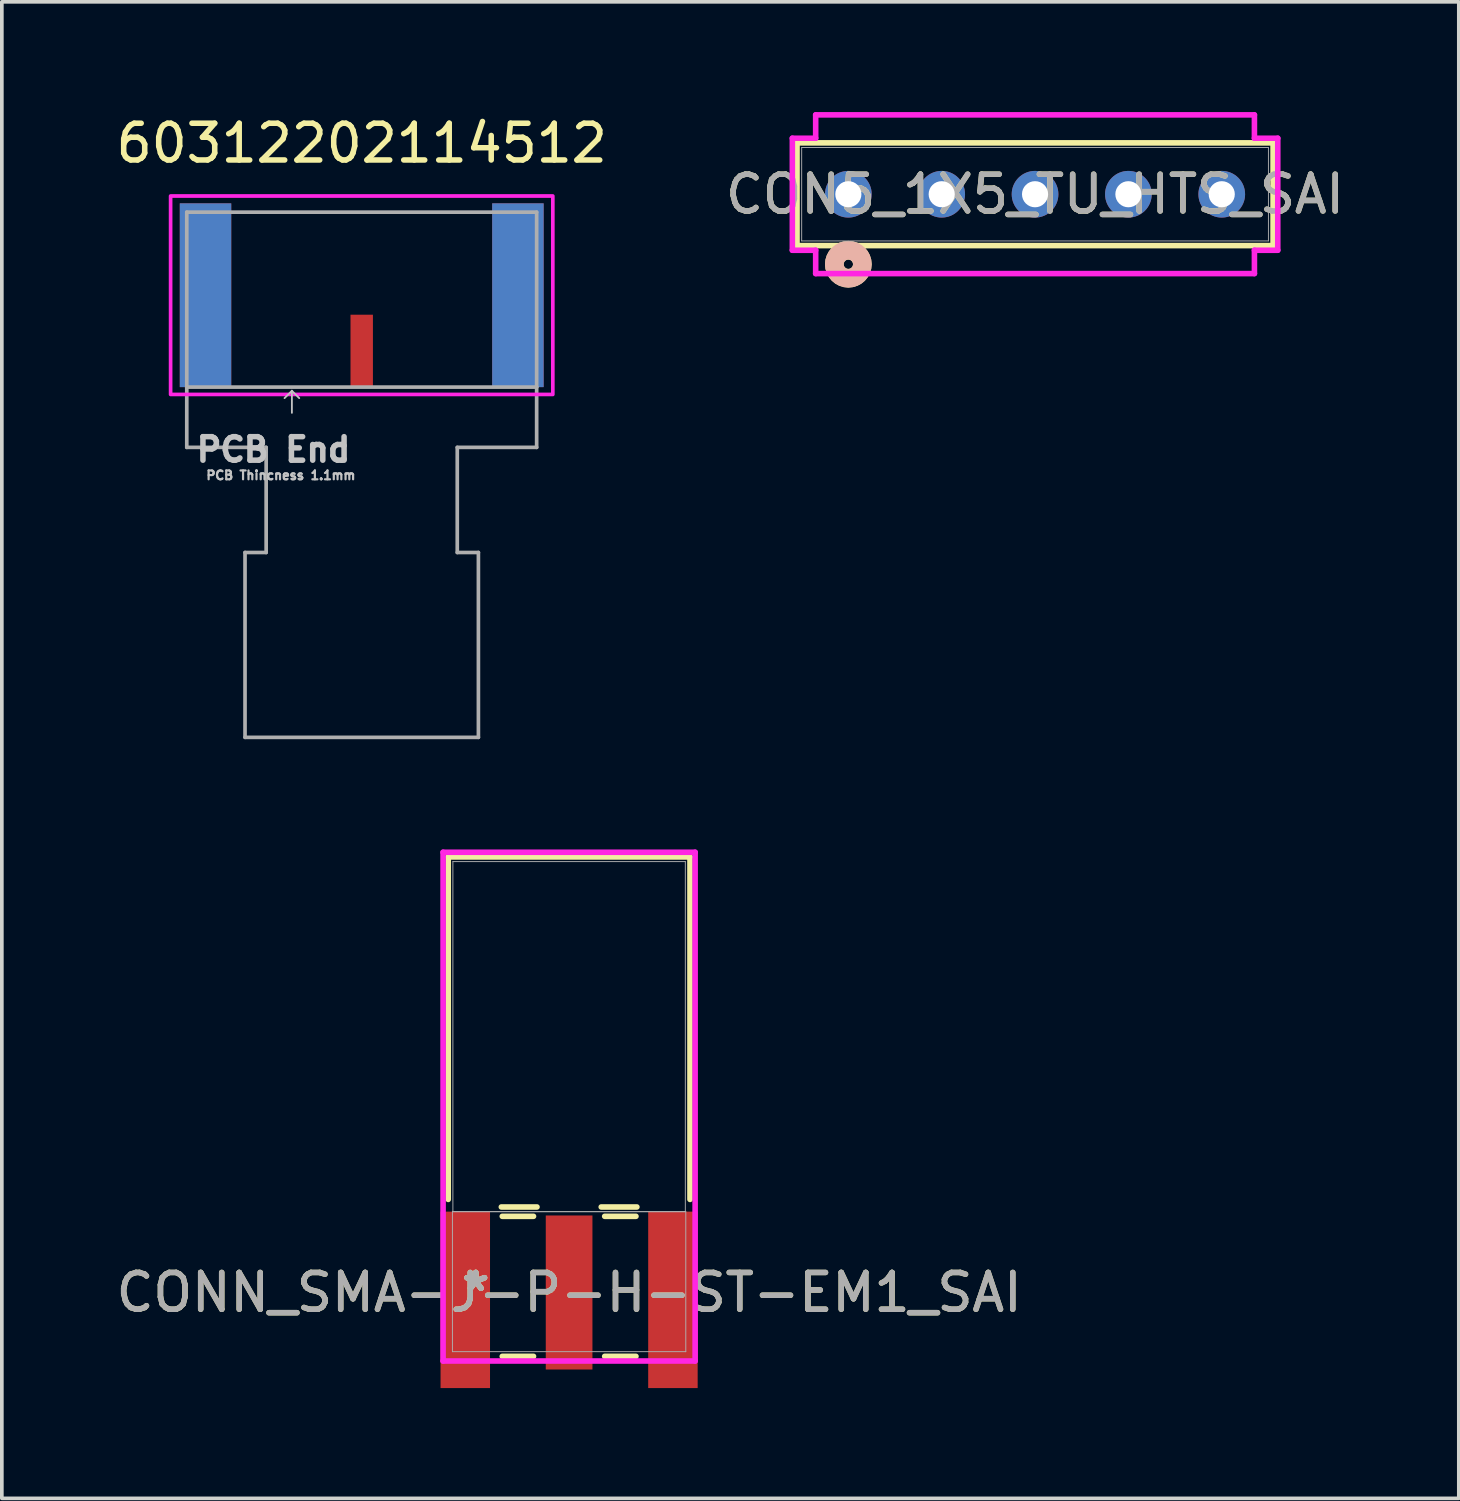
<source format=kicad_pcb>
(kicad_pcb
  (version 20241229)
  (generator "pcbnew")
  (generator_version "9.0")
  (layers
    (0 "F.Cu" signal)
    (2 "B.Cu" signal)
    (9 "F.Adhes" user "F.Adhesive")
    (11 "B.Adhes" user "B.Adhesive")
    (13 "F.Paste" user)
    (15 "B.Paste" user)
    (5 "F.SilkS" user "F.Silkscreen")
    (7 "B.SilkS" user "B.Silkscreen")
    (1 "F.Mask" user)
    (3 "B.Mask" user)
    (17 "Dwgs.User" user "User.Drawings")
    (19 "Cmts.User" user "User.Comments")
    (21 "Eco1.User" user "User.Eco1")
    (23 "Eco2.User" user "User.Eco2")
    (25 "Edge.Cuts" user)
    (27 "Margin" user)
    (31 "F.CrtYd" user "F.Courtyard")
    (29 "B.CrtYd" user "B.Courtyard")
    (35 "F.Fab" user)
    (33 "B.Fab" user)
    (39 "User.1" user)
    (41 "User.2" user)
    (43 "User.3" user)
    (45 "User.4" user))
  (footprint "CONN_SMA-J-P-H-ST-EM1_SAI"
    (layer "F.Cu")
    (at 12.435 31.823)
    (property "Reference" "CONN_SMA-J-P-H-ST-EM1_SAI" (at 0 0.295 0) (unlocked yes) (layer "F.SilkS") (effects (font (size 1 1) (thickness 0.15))))
    (attr smd)
    (fp_line (start -3.289 -11.557) (end -3.289 -2.238) (stroke (width 0.152) (type solid)) (layer "F.SilkS"))
    (fp_line (start -1.819 -1.778) (end -0.968 -1.778) (stroke (width 0.152) (type solid)) (layer "F.SilkS"))
    (fp_line (start -1.819 2.032) (end -0.968 2.032) (stroke (width 0.152) (type solid)) (layer "F.SilkS"))
    (fp_line (start -0.874 -2.032) (end -1.844 -2.032) (stroke (width 0.152) (type solid)) (layer "F.SilkS"))
    (fp_line (start 0.968 -1.778) (end 1.819 -1.778) (stroke (width 0.152) (type solid)) (layer "F.SilkS"))
    (fp_line (start 0.968 2.032) (end 1.819 2.032) (stroke (width 0.152) (type solid)) (layer "F.SilkS"))
    (fp_line (start 1.844 -2.032) (end 0.874 -2.032) (stroke (width 0.152) (type solid)) (layer "F.SilkS"))
    (fp_line (start 3.289 -11.557) (end -3.289 -11.557) (stroke (width 0.152) (type solid)) (layer "F.SilkS"))
    (fp_line (start 3.289 -2.238) (end 3.289 -11.557) (stroke (width 0.152) (type solid)) (layer "F.SilkS"))
    (fp_line (start -3.429 -11.684) (end -3.429 2.159) (stroke (width 0.152) (type solid)) (layer "F.CrtYd"))
    (fp_line (start -3.429 2.159) (end 3.429 2.159) (stroke (width 0.152) (type solid)) (layer "F.CrtYd"))
    (fp_line (start 3.429 -11.684) (end -3.429 -11.684) (stroke (width 0.152) (type solid)) (layer "F.CrtYd"))
    (fp_line (start 3.429 2.159) (end 3.429 -11.684) (stroke (width 0.152) (type solid)) (layer "F.CrtYd"))
    (fp_line (start -3.175 -1.905) (end -3.175 1.905) (stroke (width 0.025) (type solid)) (layer "F.Fab"))
    (fp_line (start -3.175 1.905) (end 3.175 1.905) (stroke (width 0.025) (type solid)) (layer "F.Fab"))
    (fp_line (start -3.162 -11.43) (end -3.162 -1.905) (stroke (width 0.025) (type solid)) (layer "F.Fab"))
    (fp_line (start -3.162 -1.905) (end 3.162 -1.905) (stroke (width 0.025) (type solid)) (layer "F.Fab"))
    (fp_line (start 3.162 -11.43) (end -3.162 -11.43) (stroke (width 0.025) (type solid)) (layer "F.Fab"))
    (fp_line (start 3.162 -1.905) (end 3.162 -11.43) (stroke (width 0.025) (type solid)) (layer "F.Fab"))
    (fp_line (start 3.175 -1.905) (end -3.175 -1.905) (stroke (width 0.025) (type solid)) (layer "F.Fab"))
    (fp_line (start 3.175 1.905) (end 3.175 -1.905) (stroke (width 0.025) (type solid)) (layer "F.Fab"))
    (fp_text user "*" (at -2.54 0.295 0) (layer "F.SilkS") (effects (font (size 1 1) (thickness 0.15))))
    (fp_text user "*" (at -2.54 0.295 0) (unlocked yes) (layer "F.SilkS") (effects (font (size 1 1) (thickness 0.15))))
    (fp_text user "*" (at -2.54 0.295 0) (unlocked yes) (layer "F.Fab") (effects (font (size 1 1) (thickness 0.15))))
    (fp_text user "*" (at -2.54 0.295 0) (layer "F.Fab") (effects (font (size 1 1) (thickness 0.15))))
    (fp_text user "${REFERENCE}" (at 0 0.295 0) (unlocked yes) (layer "F.Fab") (effects (font (size 1 1) (thickness 0.15))))
    (pad "1" smd rect (at 0 0.295) (size 1.27 4.191) (layers "F.Cu" "F.Mask" "F.Paste"))
    (pad "2" smd rect (at -2.825 0.495) (size 1.346 4.801) (layers "F.Cu" "F.Mask" "F.Paste"))
    (pad "3" smd rect (at 2.825 0.495) (size 1.346 4.801) (layers "F.Cu" "F.Mask" "F.Paste")))
  (footprint "CON5_1X5_TU_HTS_SAI"
    (layer "F.Cu")
    (at 25.113 2.235)
    (property "Reference" "CON5_1X5_TU_HTS_SAI" (at 0 0 0) (unlocked yes) (layer "F.SilkS") (effects (font (size 1 1) (thickness 0.15))))
    (attr through_hole)
    (fp_line (start -6.477 -1.397) (end -6.477 1.397) (stroke (width 0.152) (type solid)) (layer "F.SilkS"))
    (fp_line (start -6.477 1.397) (end 6.477 1.397) (stroke (width 0.152) (type solid)) (layer "F.SilkS"))
    (fp_line (start 6.477 -1.397) (end -6.477 -1.397) (stroke (width 0.152) (type solid)) (layer "F.SilkS"))
    (fp_line (start 6.477 1.397) (end 6.477 -1.397) (stroke (width 0.152) (type solid)) (layer "F.SilkS"))
    (fp_circle (center -5.08 1.905) (end -4.699 1.905) (stroke (width 0.508) (type solid)) (fill no) (layer "F.SilkS"))
    (fp_circle (center -5.08 1.905) (end -4.699 1.905) (stroke (width 0.508) (type solid)) (fill no) (layer "B.SilkS"))
    (fp_line (start -6.604 -1.524) (end -6.604 1.524) (stroke (width 0.152) (type solid)) (layer "F.CrtYd"))
    (fp_line (start -6.604 1.524) (end -5.969 1.524) (stroke (width 0.152) (type solid)) (layer "F.CrtYd"))
    (fp_line (start -5.969 -2.159) (end -5.969 -1.524) (stroke (width 0.152) (type solid)) (layer "F.CrtYd"))
    (fp_line (start -5.969 -1.524) (end -6.604 -1.524) (stroke (width 0.152) (type solid)) (layer "F.CrtYd"))
    (fp_line (start -5.969 1.524) (end -5.969 2.159) (stroke (width 0.152) (type solid)) (layer "F.CrtYd"))
    (fp_line (start -5.969 2.159) (end 5.969 2.159) (stroke (width 0.152) (type solid)) (layer "F.CrtYd"))
    (fp_line (start 5.969 -2.159) (end -5.969 -2.159) (stroke (width 0.152) (type solid)) (layer "F.CrtYd"))
    (fp_line (start 5.969 -1.524) (end 5.969 -2.159) (stroke (width 0.152) (type solid)) (layer "F.CrtYd"))
    (fp_line (start 5.969 1.524) (end 6.604 1.524) (stroke (width 0.152) (type solid)) (layer "F.CrtYd"))
    (fp_line (start 5.969 2.159) (end 5.969 1.524) (stroke (width 0.152) (type solid)) (layer "F.CrtYd"))
    (fp_line (start 6.604 -1.524) (end 5.969 -1.524) (stroke (width 0.152) (type solid)) (layer "F.CrtYd"))
    (fp_line (start 6.604 1.524) (end 6.604 -1.524) (stroke (width 0.152) (type solid)) (layer "F.CrtYd"))
    (fp_line (start -6.35 -1.27) (end -6.35 1.27) (stroke (width 0.025) (type solid)) (layer "F.Fab"))
    (fp_line (start -6.35 1.27) (end 6.35 1.27) (stroke (width 0.025) (type solid)) (layer "F.Fab"))
    (fp_line (start 6.35 -1.27) (end -6.35 -1.27) (stroke (width 0.025) (type solid)) (layer "F.Fab"))
    (fp_line (start 6.35 1.27) (end 6.35 -1.27) (stroke (width 0.025) (type solid)) (layer "F.Fab"))
    (fp_circle (center -5.08 0) (end -4.826 0) (stroke (width 0.025) (type solid)) (fill no) (layer "F.Fab"))
    (fp_text user "${REFERENCE}" (at 0 0 0) (unlocked yes) (layer "F.Fab") (effects (font (size 1 1) (thickness 0.15))))
    (pad "1" thru_hole circle (at -5.08 0 90) (size 1.27 1.27) (drill 0.711) (layers "*.Cu" "*.Mask"))
    (pad "2" thru_hole circle (at -2.54 0 90) (size 1.27 1.27) (drill 0.711) (layers "*.Cu" "*.Mask"))
    (pad "3" thru_hole circle (at 0 0 90) (size 1.27 1.27) (drill 0.711) (layers "*.Cu" "*.Mask"))
    (pad "4" thru_hole circle (at 2.54 0 90) (size 1.27 1.27) (drill 0.711) (layers "*.Cu" "*.Mask"))
    (pad "5" thru_hole circle (at 5.08 0 90) (size 1.27 1.27) (drill 0.711) (layers "*.Cu" "*.Mask")))
  (footprint "60312202114512"
    (layer "F.Cu")
    (at 6.792 7.483)
    (property "Reference" "60312202114512" (at 0 -6.635 0) (layer "F.SilkS") (effects (font (size 1 1) (thickness 0.15))))
    (attr smd)
    (fp_line (start -1.9 0.1) (end -2.1 0.3) (stroke (width 0.05) (type solid)) (layer "Dwgs.User"))
    (fp_line (start -1.9 0.1) (end -1.9 0.7) (stroke (width 0.05) (type solid)) (layer "Dwgs.User"))
    (fp_line (start -1.9 0.1) (end -1.7 0.3) (stroke (width 0.05) (type solid)) (layer "Dwgs.User"))
    (fp_poly (pts (xy -5.2 -5.2) (xy 5.2 -5.2) (xy 5.2 0.2) (xy -5.2 0.2)) (stroke (width 0.1) (type solid)) (fill no) (layer "F.CrtYd"))
    (fp_line (start -4.76 -4.76) (end 4.76 -4.76) (stroke (width 0.1) (type solid)) (layer "F.Fab"))
    (fp_line (start -4.76 0) (end -4.76 -4.76) (stroke (width 0.1) (type solid)) (layer "F.Fab"))
    (fp_line (start -4.76 0) (end 4.76 0) (stroke (width 0.1) (type solid)) (layer "F.Fab"))
    (fp_line (start -4.76 1.64) (end -4.76 0) (stroke (width 0.1) (type solid)) (layer "F.Fab"))
    (fp_line (start -4.76 1.64) (end -2.6 1.64) (stroke (width 0.1) (type solid)) (layer "F.Fab"))
    (fp_line (start -3.175 4.5) (end -3.175 9.53) (stroke (width 0.1) (type solid)) (layer "F.Fab"))
    (fp_line (start -2.6 1.64) (end -2.6 4.5) (stroke (width 0.1) (type solid)) (layer "F.Fab"))
    (fp_line (start -2.6 4.5) (end -3.175 4.5) (stroke (width 0.1) (type solid)) (layer "F.Fab"))
    (fp_line (start 2.6 1.64) (end 2.6 4.5) (stroke (width 0.1) (type solid)) (layer "F.Fab"))
    (fp_line (start 2.6 1.64) (end 4.76 1.64) (stroke (width 0.1) (type solid)) (layer "F.Fab"))
    (fp_line (start 2.6 4.5) (end 3.175 4.5) (stroke (width 0.1) (type solid)) (layer "F.Fab"))
    (fp_line (start 3.175 4.5) (end 3.175 9.53) (stroke (width 0.1) (type solid)) (layer "F.Fab"))
    (fp_line (start 3.175 9.53) (end -3.175 9.53) (stroke (width 0.1) (type solid)) (layer "F.Fab"))
    (fp_line (start 4.76 -4.76) (end 4.76 0) (stroke (width 0.1) (type solid)) (layer "F.Fab"))
    (fp_line (start 4.76 0) (end 4.76 1.64) (stroke (width 0.1) (type solid)) (layer "F.Fab"))
    (fp_text user "PCB End" (at -2.4 1.7 0) (layer "Dwgs.User") (effects (font (size 0.64 0.64) (thickness 0.15))))
    (fp_text user "PCB Thincness 1.1mm" (at -2.2 2.4 0) (layer "Dwgs.User") (effects (font (size 0.24 0.24) (thickness 0.15))))
    (pad "1" smd rect (at 0 -0.985) (size 0.61 1.97) (layers "F.Cu" "F.Mask" "F.Paste"))
    (pad "2" smd rect (at -4.25 -2.5) (size 1.4 5) (layers "F.Cu" "F.Mask" "F.Paste"))
    (pad "3" smd rect (at 4.25 -2.5) (size 1.4 5) (layers "F.Cu" "F.Mask" "F.Paste"))
    (pad "4" smd rect (at -4.25 -2.5) (size 1.4 5) (layers "B.Cu" "B.Mask" "B.Paste"))
    (pad "5" smd rect (at 4.25 -2.5) (size 1.4 5) (layers "B.Cu" "B.Mask" "B.Paste")))
  (gr_rect
    (start -3 -3)
    (end 36.643 37.719)
    (stroke (width 0.1) (type default))
    (fill no)
    (layer "Edge.Cuts")))
</source>
